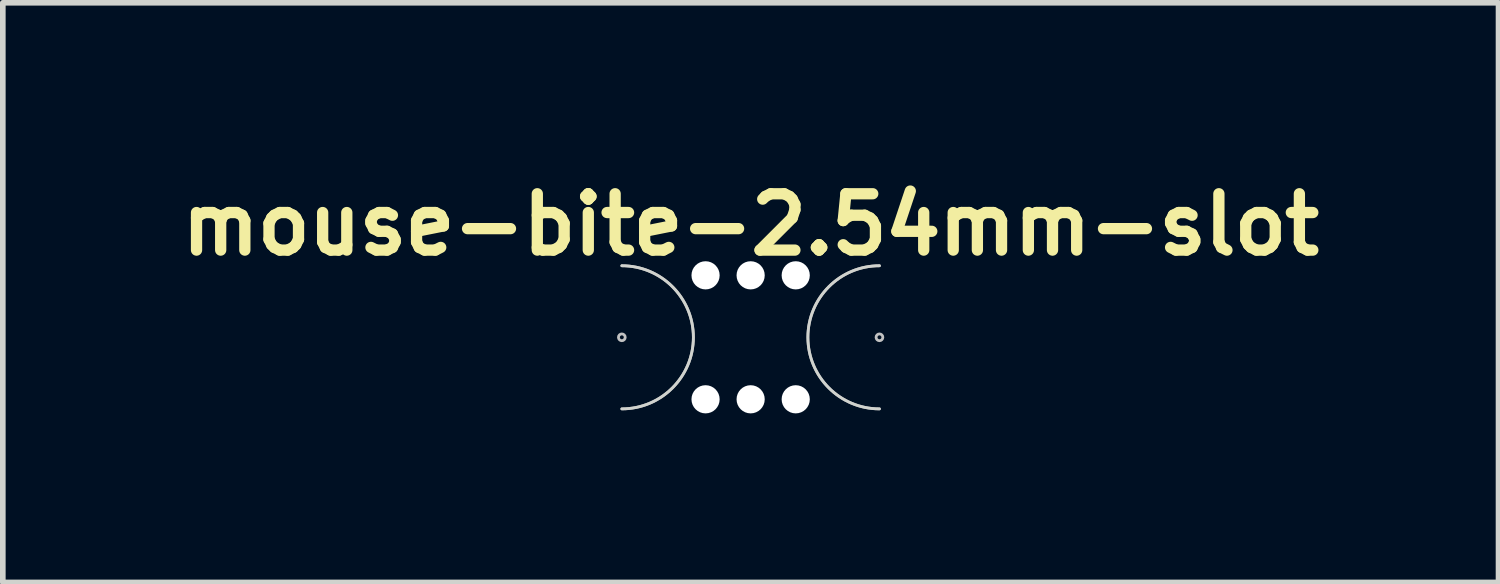
<source format=kicad_pcb>
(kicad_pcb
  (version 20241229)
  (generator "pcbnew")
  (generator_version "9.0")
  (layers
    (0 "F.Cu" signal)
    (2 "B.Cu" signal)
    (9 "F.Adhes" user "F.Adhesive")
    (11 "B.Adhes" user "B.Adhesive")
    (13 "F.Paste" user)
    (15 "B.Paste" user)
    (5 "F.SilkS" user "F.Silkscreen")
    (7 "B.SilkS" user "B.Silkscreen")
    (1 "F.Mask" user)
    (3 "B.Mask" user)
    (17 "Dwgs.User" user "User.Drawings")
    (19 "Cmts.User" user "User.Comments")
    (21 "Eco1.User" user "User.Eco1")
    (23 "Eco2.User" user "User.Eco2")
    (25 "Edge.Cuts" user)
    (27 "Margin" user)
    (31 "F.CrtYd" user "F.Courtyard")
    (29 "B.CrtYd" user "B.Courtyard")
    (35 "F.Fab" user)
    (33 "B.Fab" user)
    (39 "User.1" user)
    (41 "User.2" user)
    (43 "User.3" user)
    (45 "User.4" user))
  (footprint "mouse-bite-2.54mm-slot"
    (layer "F.Cu")
    (at 10.271 2.936)
    (property "Reference" "mouse-bite-2.54mm-slot" (at 0 -2 0) (layer "F.SilkS") (effects (font (size 1 1) (thickness 0.2))))
    (attr through_hole board_only exclude_from_bom)
    (fp_circle (center -2.286 0) (end -2.226 0) (stroke (width 0.05) (type solid)) (fill no) (layer "Dwgs.User"))
    (fp_circle (center 2.286 0) (end 2.346 0) (stroke (width 0.05) (type solid)) (fill no) (layer "Dwgs.User"))
    (fp_line (start -2.286 0) (end -2.286 0) (stroke (width 2.54) (type solid)) (layer "Eco1.User"))
    (fp_line (start 2.286 0) (end 2.286 0) (stroke (width 2.54) (type solid)) (layer "Eco1.User"))
    (fp_arc (start -2.286 -1.27) (mid -1.016 0) (end -2.286 1.27) (stroke (width 0.05) (type solid)) (layer "Edge.Cuts"))
    (fp_arc (start 2.286 1.27) (mid 1.016 0) (end 2.286 -1.27) (stroke (width 0.05) (type solid)) (layer "Edge.Cuts"))
    (fp_arc (start -2.286 -1.27) (mid -1.016 0) (end -2.286 1.27) (stroke (width 0.05) (type solid)) (layer "F.Fab"))
    (fp_arc (start 2.286 1.27) (mid 1.016 0) (end 2.286 -1.27) (stroke (width 0.05) (type solid)) (layer "F.Fab"))
    (pad "" np_thru_hole circle (at -0.8 -1.1) (size 0.5 0.5) (drill 0.5) (layers "*.Cu" "*.Mask"))
    (pad "" np_thru_hole circle (at -0.8 1.1) (size 0.5 0.5) (drill 0.5) (layers "*.Cu" "*.Mask"))
    (pad "" np_thru_hole circle (at 0 -1.1) (size 0.5 0.5) (drill 0.5) (layers "*.Cu" "*.Mask"))
    (pad "" np_thru_hole circle (at 0 1.1) (size 0.5 0.5) (drill 0.5) (layers "*.Cu" "*.Mask"))
    (pad "" np_thru_hole circle (at 0.8 -1.1) (size 0.5 0.5) (drill 0.5) (layers "*.Cu" "*.Mask"))
    (pad "" np_thru_hole circle (at 0.8 1.1) (size 0.5 0.5) (drill 0.5) (layers "*.Cu" "*.Mask")))
  (gr_rect
    (start -3 -3)
    (end 23.543 7.286)
    (stroke (width 0.1) (type default))
    (fill no)
    (layer "Edge.Cuts")))
</source>
